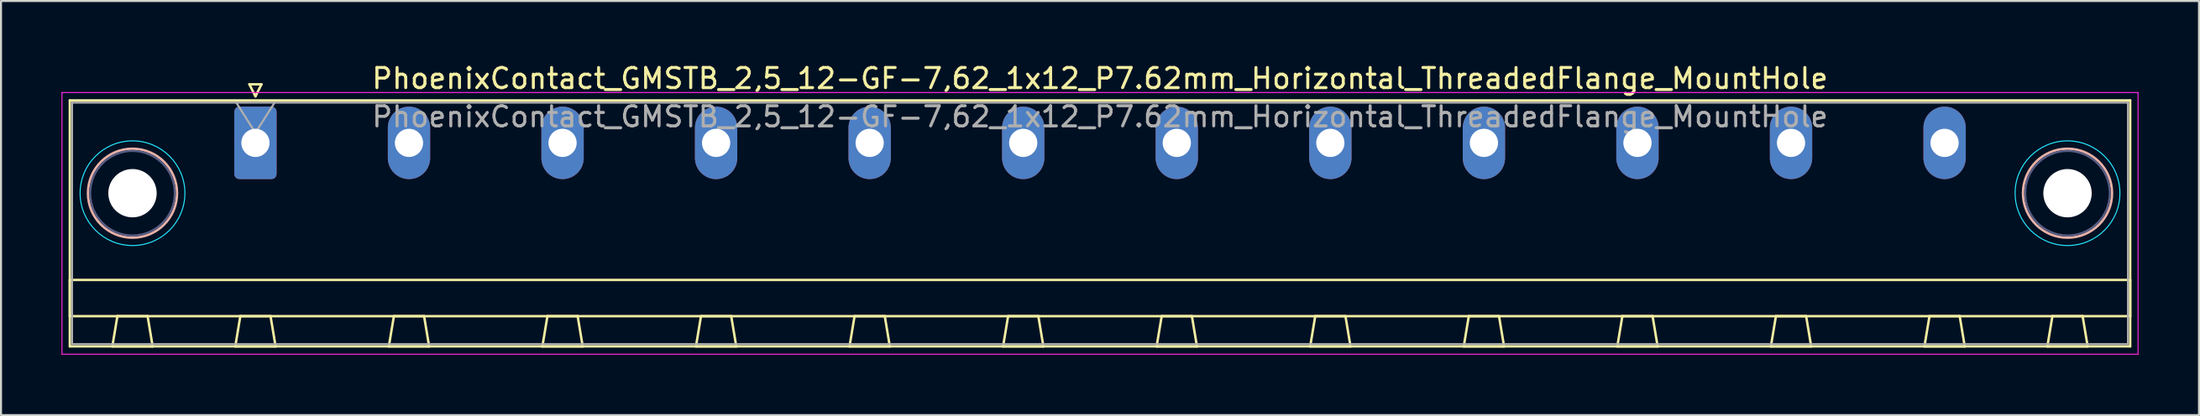
<source format=kicad_pcb>
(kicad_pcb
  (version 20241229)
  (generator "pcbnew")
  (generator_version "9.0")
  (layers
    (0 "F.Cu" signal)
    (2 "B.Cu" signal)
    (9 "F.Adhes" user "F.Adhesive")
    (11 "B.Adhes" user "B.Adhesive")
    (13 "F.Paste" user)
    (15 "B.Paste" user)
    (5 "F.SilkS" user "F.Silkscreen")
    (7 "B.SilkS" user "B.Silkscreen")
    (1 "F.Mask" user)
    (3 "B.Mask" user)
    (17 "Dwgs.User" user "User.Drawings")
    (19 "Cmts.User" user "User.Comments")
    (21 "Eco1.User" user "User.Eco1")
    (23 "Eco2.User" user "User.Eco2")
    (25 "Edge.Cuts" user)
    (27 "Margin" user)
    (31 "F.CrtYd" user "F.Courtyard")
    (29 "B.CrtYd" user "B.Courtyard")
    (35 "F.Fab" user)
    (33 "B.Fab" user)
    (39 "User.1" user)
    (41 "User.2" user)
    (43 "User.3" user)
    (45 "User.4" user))
  (footprint "PhoenixContact_GMSTB_2,5_12-GF-7,62_1x12_P7.62mm_Horizontal_ThreadedFlange_MountHole"
    (layer "F.Cu")
    (at 9.625 4.048)
    (property "Reference" "PhoenixContact_GMSTB_2,5_12-GF-7,62_1x12_P7.62mm_Horizontal_ThreadedFlange_MountHole" (at 41.91 -3.2 0) (layer "F.SilkS") (effects (font (size 1 1) (thickness 0.15))))
    (attr through_hole)
    (fp_line (start -9.21 -2.11) (end -9.21 10.11) (stroke (width 0.12) (type solid)) (layer "F.SilkS"))
    (fp_line (start -9.21 6.81) (end 93.03 6.81) (stroke (width 0.12) (type solid)) (layer "F.SilkS"))
    (fp_line (start -9.21 8.61) (end -9.21 6.81) (stroke (width 0.12) (type solid)) (layer "F.SilkS"))
    (fp_line (start -9.21 10.11) (end 93.03 10.11) (stroke (width 0.12) (type solid)) (layer "F.SilkS"))
    (fp_line (start -7.1 10.11) (end -5.1 10.11) (stroke (width 0.12) (type solid)) (layer "F.SilkS"))
    (fp_line (start -6.85 8.61) (end -7.1 10.11) (stroke (width 0.12) (type solid)) (layer "F.SilkS"))
    (fp_line (start -5.35 8.61) (end -6.85 8.61) (stroke (width 0.12) (type solid)) (layer "F.SilkS"))
    (fp_line (start -5.1 10.11) (end -5.35 8.61) (stroke (width 0.12) (type solid)) (layer "F.SilkS"))
    (fp_line (start -1 10.11) (end 1 10.11) (stroke (width 0.12) (type solid)) (layer "F.SilkS"))
    (fp_line (start -0.75 8.61) (end -1 10.11) (stroke (width 0.12) (type solid)) (layer "F.SilkS"))
    (fp_line (start -0.3 -2.91) (end 0.3 -2.91) (stroke (width 0.12) (type solid)) (layer "F.SilkS"))
    (fp_line (start 0 -2.31) (end -0.3 -2.91) (stroke (width 0.12) (type solid)) (layer "F.SilkS"))
    (fp_line (start 0.3 -2.91) (end 0 -2.31) (stroke (width 0.12) (type solid)) (layer "F.SilkS"))
    (fp_line (start 0.75 8.61) (end -0.75 8.61) (stroke (width 0.12) (type solid)) (layer "F.SilkS"))
    (fp_line (start 1 10.11) (end 0.75 8.61) (stroke (width 0.12) (type solid)) (layer "F.SilkS"))
    (fp_line (start 6.62 10.11) (end 8.62 10.11) (stroke (width 0.12) (type solid)) (layer "F.SilkS"))
    (fp_line (start 6.87 8.61) (end 6.62 10.11) (stroke (width 0.12) (type solid)) (layer "F.SilkS"))
    (fp_line (start 8.37 8.61) (end 6.87 8.61) (stroke (width 0.12) (type solid)) (layer "F.SilkS"))
    (fp_line (start 8.62 10.11) (end 8.37 8.61) (stroke (width 0.12) (type solid)) (layer "F.SilkS"))
    (fp_line (start 14.24 10.11) (end 16.24 10.11) (stroke (width 0.12) (type solid)) (layer "F.SilkS"))
    (fp_line (start 14.49 8.61) (end 14.24 10.11) (stroke (width 0.12) (type solid)) (layer "F.SilkS"))
    (fp_line (start 15.99 8.61) (end 14.49 8.61) (stroke (width 0.12) (type solid)) (layer "F.SilkS"))
    (fp_line (start 16.24 10.11) (end 15.99 8.61) (stroke (width 0.12) (type solid)) (layer "F.SilkS"))
    (fp_line (start 21.86 10.11) (end 23.86 10.11) (stroke (width 0.12) (type solid)) (layer "F.SilkS"))
    (fp_line (start 22.11 8.61) (end 21.86 10.11) (stroke (width 0.12) (type solid)) (layer "F.SilkS"))
    (fp_line (start 23.61 8.61) (end 22.11 8.61) (stroke (width 0.12) (type solid)) (layer "F.SilkS"))
    (fp_line (start 23.86 10.11) (end 23.61 8.61) (stroke (width 0.12) (type solid)) (layer "F.SilkS"))
    (fp_line (start 29.48 10.11) (end 31.48 10.11) (stroke (width 0.12) (type solid)) (layer "F.SilkS"))
    (fp_line (start 29.73 8.61) (end 29.48 10.11) (stroke (width 0.12) (type solid)) (layer "F.SilkS"))
    (fp_line (start 31.23 8.61) (end 29.73 8.61) (stroke (width 0.12) (type solid)) (layer "F.SilkS"))
    (fp_line (start 31.48 10.11) (end 31.23 8.61) (stroke (width 0.12) (type solid)) (layer "F.SilkS"))
    (fp_line (start 37.1 10.11) (end 39.1 10.11) (stroke (width 0.12) (type solid)) (layer "F.SilkS"))
    (fp_line (start 37.35 8.61) (end 37.1 10.11) (stroke (width 0.12) (type solid)) (layer "F.SilkS"))
    (fp_line (start 38.85 8.61) (end 37.35 8.61) (stroke (width 0.12) (type solid)) (layer "F.SilkS"))
    (fp_line (start 39.1 10.11) (end 38.85 8.61) (stroke (width 0.12) (type solid)) (layer "F.SilkS"))
    (fp_line (start 44.72 10.11) (end 46.72 10.11) (stroke (width 0.12) (type solid)) (layer "F.SilkS"))
    (fp_line (start 44.97 8.61) (end 44.72 10.11) (stroke (width 0.12) (type solid)) (layer "F.SilkS"))
    (fp_line (start 46.47 8.61) (end 44.97 8.61) (stroke (width 0.12) (type solid)) (layer "F.SilkS"))
    (fp_line (start 46.72 10.11) (end 46.47 8.61) (stroke (width 0.12) (type solid)) (layer "F.SilkS"))
    (fp_line (start 52.34 10.11) (end 54.34 10.11) (stroke (width 0.12) (type solid)) (layer "F.SilkS"))
    (fp_line (start 52.59 8.61) (end 52.34 10.11) (stroke (width 0.12) (type solid)) (layer "F.SilkS"))
    (fp_line (start 54.09 8.61) (end 52.59 8.61) (stroke (width 0.12) (type solid)) (layer "F.SilkS"))
    (fp_line (start 54.34 10.11) (end 54.09 8.61) (stroke (width 0.12) (type solid)) (layer "F.SilkS"))
    (fp_line (start 59.96 10.11) (end 61.96 10.11) (stroke (width 0.12) (type solid)) (layer "F.SilkS"))
    (fp_line (start 60.21 8.61) (end 59.96 10.11) (stroke (width 0.12) (type solid)) (layer "F.SilkS"))
    (fp_line (start 61.71 8.61) (end 60.21 8.61) (stroke (width 0.12) (type solid)) (layer "F.SilkS"))
    (fp_line (start 61.96 10.11) (end 61.71 8.61) (stroke (width 0.12) (type solid)) (layer "F.SilkS"))
    (fp_line (start 67.58 10.11) (end 69.58 10.11) (stroke (width 0.12) (type solid)) (layer "F.SilkS"))
    (fp_line (start 67.83 8.61) (end 67.58 10.11) (stroke (width 0.12) (type solid)) (layer "F.SilkS"))
    (fp_line (start 69.33 8.61) (end 67.83 8.61) (stroke (width 0.12) (type solid)) (layer "F.SilkS"))
    (fp_line (start 69.58 10.11) (end 69.33 8.61) (stroke (width 0.12) (type solid)) (layer "F.SilkS"))
    (fp_line (start 75.2 10.11) (end 77.2 10.11) (stroke (width 0.12) (type solid)) (layer "F.SilkS"))
    (fp_line (start 75.45 8.61) (end 75.2 10.11) (stroke (width 0.12) (type solid)) (layer "F.SilkS"))
    (fp_line (start 76.95 8.61) (end 75.45 8.61) (stroke (width 0.12) (type solid)) (layer "F.SilkS"))
    (fp_line (start 77.2 10.11) (end 76.95 8.61) (stroke (width 0.12) (type solid)) (layer "F.SilkS"))
    (fp_line (start 82.82 10.11) (end 84.82 10.11) (stroke (width 0.12) (type solid)) (layer "F.SilkS"))
    (fp_line (start 83.07 8.61) (end 82.82 10.11) (stroke (width 0.12) (type solid)) (layer "F.SilkS"))
    (fp_line (start 84.57 8.61) (end 83.07 8.61) (stroke (width 0.12) (type solid)) (layer "F.SilkS"))
    (fp_line (start 84.82 10.11) (end 84.57 8.61) (stroke (width 0.12) (type solid)) (layer "F.SilkS"))
    (fp_line (start 88.92 10.11) (end 90.92 10.11) (stroke (width 0.12) (type solid)) (layer "F.SilkS"))
    (fp_line (start 89.17 8.61) (end 88.92 10.11) (stroke (width 0.12) (type solid)) (layer "F.SilkS"))
    (fp_line (start 90.67 8.61) (end 89.17 8.61) (stroke (width 0.12) (type solid)) (layer "F.SilkS"))
    (fp_line (start 90.92 10.11) (end 90.67 8.61) (stroke (width 0.12) (type solid)) (layer "F.SilkS"))
    (fp_line (start 93.03 -2.11) (end -9.21 -2.11) (stroke (width 0.12) (type solid)) (layer "F.SilkS"))
    (fp_line (start 93.03 6.81) (end 93.03 8.61) (stroke (width 0.12) (type solid)) (layer "F.SilkS"))
    (fp_line (start 93.03 8.61) (end -9.21 8.61) (stroke (width 0.12) (type solid)) (layer "F.SilkS"))
    (fp_line (start 93.03 10.11) (end 93.03 -2.11) (stroke (width 0.12) (type solid)) (layer "F.SilkS"))
    (fp_circle (center -6.1 2.5) (end -3.89 2.5) (stroke (width 0.12) (type solid)) (fill no) (layer "B.SilkS"))
    (fp_circle (center 89.92 2.5) (end 92.13 2.5) (stroke (width 0.12) (type solid)) (fill no) (layer "B.SilkS"))
    (fp_circle (center -6.1 2.5) (end -3.5 2.5) (stroke (width 0.05) (type solid)) (fill no) (layer "B.CrtYd"))
    (fp_circle (center 89.92 2.5) (end 92.52 2.5) (stroke (width 0.05) (type solid)) (fill no) (layer "B.CrtYd"))
    (fp_line (start -9.6 -2.5) (end -9.6 10.5) (stroke (width 0.05) (type solid)) (layer "F.CrtYd"))
    (fp_line (start -9.6 10.5) (end 93.42 10.5) (stroke (width 0.05) (type solid)) (layer "F.CrtYd"))
    (fp_line (start 93.42 -2.5) (end -9.6 -2.5) (stroke (width 0.05) (type solid)) (layer "F.CrtYd"))
    (fp_line (start 93.42 10.5) (end 93.42 -2.5) (stroke (width 0.05) (type solid)) (layer "F.CrtYd"))
    (fp_circle (center -6.1 2.5) (end -4 2.5) (stroke (width 0.1) (type solid)) (fill no) (layer "B.Fab"))
    (fp_circle (center 89.92 2.5) (end 92.02 2.5) (stroke (width 0.1) (type solid)) (fill no) (layer "B.Fab"))
    (fp_line (start -9.1 -2) (end -9.1 10) (stroke (width 0.1) (type solid)) (layer "F.Fab"))
    (fp_line (start -9.1 10) (end 92.92 10) (stroke (width 0.1) (type solid)) (layer "F.Fab"))
    (fp_line (start 0 -0.5) (end -0.95 -2) (stroke (width 0.1) (type solid)) (layer "F.Fab"))
    (fp_line (start 0.95 -2) (end 0 -0.5) (stroke (width 0.1) (type solid)) (layer "F.Fab"))
    (fp_line (start 92.92 -2) (end -9.1 -2) (stroke (width 0.1) (type solid)) (layer "F.Fab"))
    (fp_line (start 92.92 10) (end 92.92 -2) (stroke (width 0.1) (type solid)) (layer "F.Fab"))
    (fp_text user "${REFERENCE}" (at 41.91 -1.3 0) (layer "F.Fab") (effects (font (size 1 1) (thickness 0.15))))
    (pad "" np_thru_hole circle (at -6.1 2.5) (size 2.4 2.4) (drill 2.4) (layers "*.Cu" "*.Mask"))
    (pad "" np_thru_hole circle (at 89.92 2.5) (size 2.4 2.4) (drill 2.4) (layers "*.Cu" "*.Mask"))
    (pad "1" thru_hole roundrect (at 0 0) (size 2.1 3.6) (drill 1.4) (layers "*.Cu" "*.Mask") (roundrect_rratio 0.119))
    (pad "2" thru_hole oval (at 7.62 0) (size 2.1 3.6) (drill 1.4) (layers "*.Cu" "*.Mask"))
    (pad "3" thru_hole oval (at 15.24 0) (size 2.1 3.6) (drill 1.4) (layers "*.Cu" "*.Mask"))
    (pad "4" thru_hole oval (at 22.86 0) (size 2.1 3.6) (drill 1.4) (layers "*.Cu" "*.Mask"))
    (pad "5" thru_hole oval (at 30.48 0) (size 2.1 3.6) (drill 1.4) (layers "*.Cu" "*.Mask"))
    (pad "6" thru_hole oval (at 38.1 0) (size 2.1 3.6) (drill 1.4) (layers "*.Cu" "*.Mask"))
    (pad "7" thru_hole oval (at 45.72 0) (size 2.1 3.6) (drill 1.4) (layers "*.Cu" "*.Mask"))
    (pad "8" thru_hole oval (at 53.34 0) (size 2.1 3.6) (drill 1.4) (layers "*.Cu" "*.Mask"))
    (pad "9" thru_hole oval (at 60.96 0) (size 2.1 3.6) (drill 1.4) (layers "*.Cu" "*.Mask"))
    (pad "10" thru_hole oval (at 68.58 0) (size 2.1 3.6) (drill 1.4) (layers "*.Cu" "*.Mask"))
    (pad "11" thru_hole oval (at 76.2 0) (size 2.1 3.6) (drill 1.4) (layers "*.Cu" "*.Mask"))
    (pad "12" thru_hole oval (at 83.82 0) (size 2.1 3.6) (drill 1.4) (layers "*.Cu" "*.Mask")))
  (gr_rect
    (start -3 -3)
    (end 106.07 17.573)
    (stroke (width 0.1) (type default))
    (fill no)
    (layer "Edge.Cuts")))
</source>
